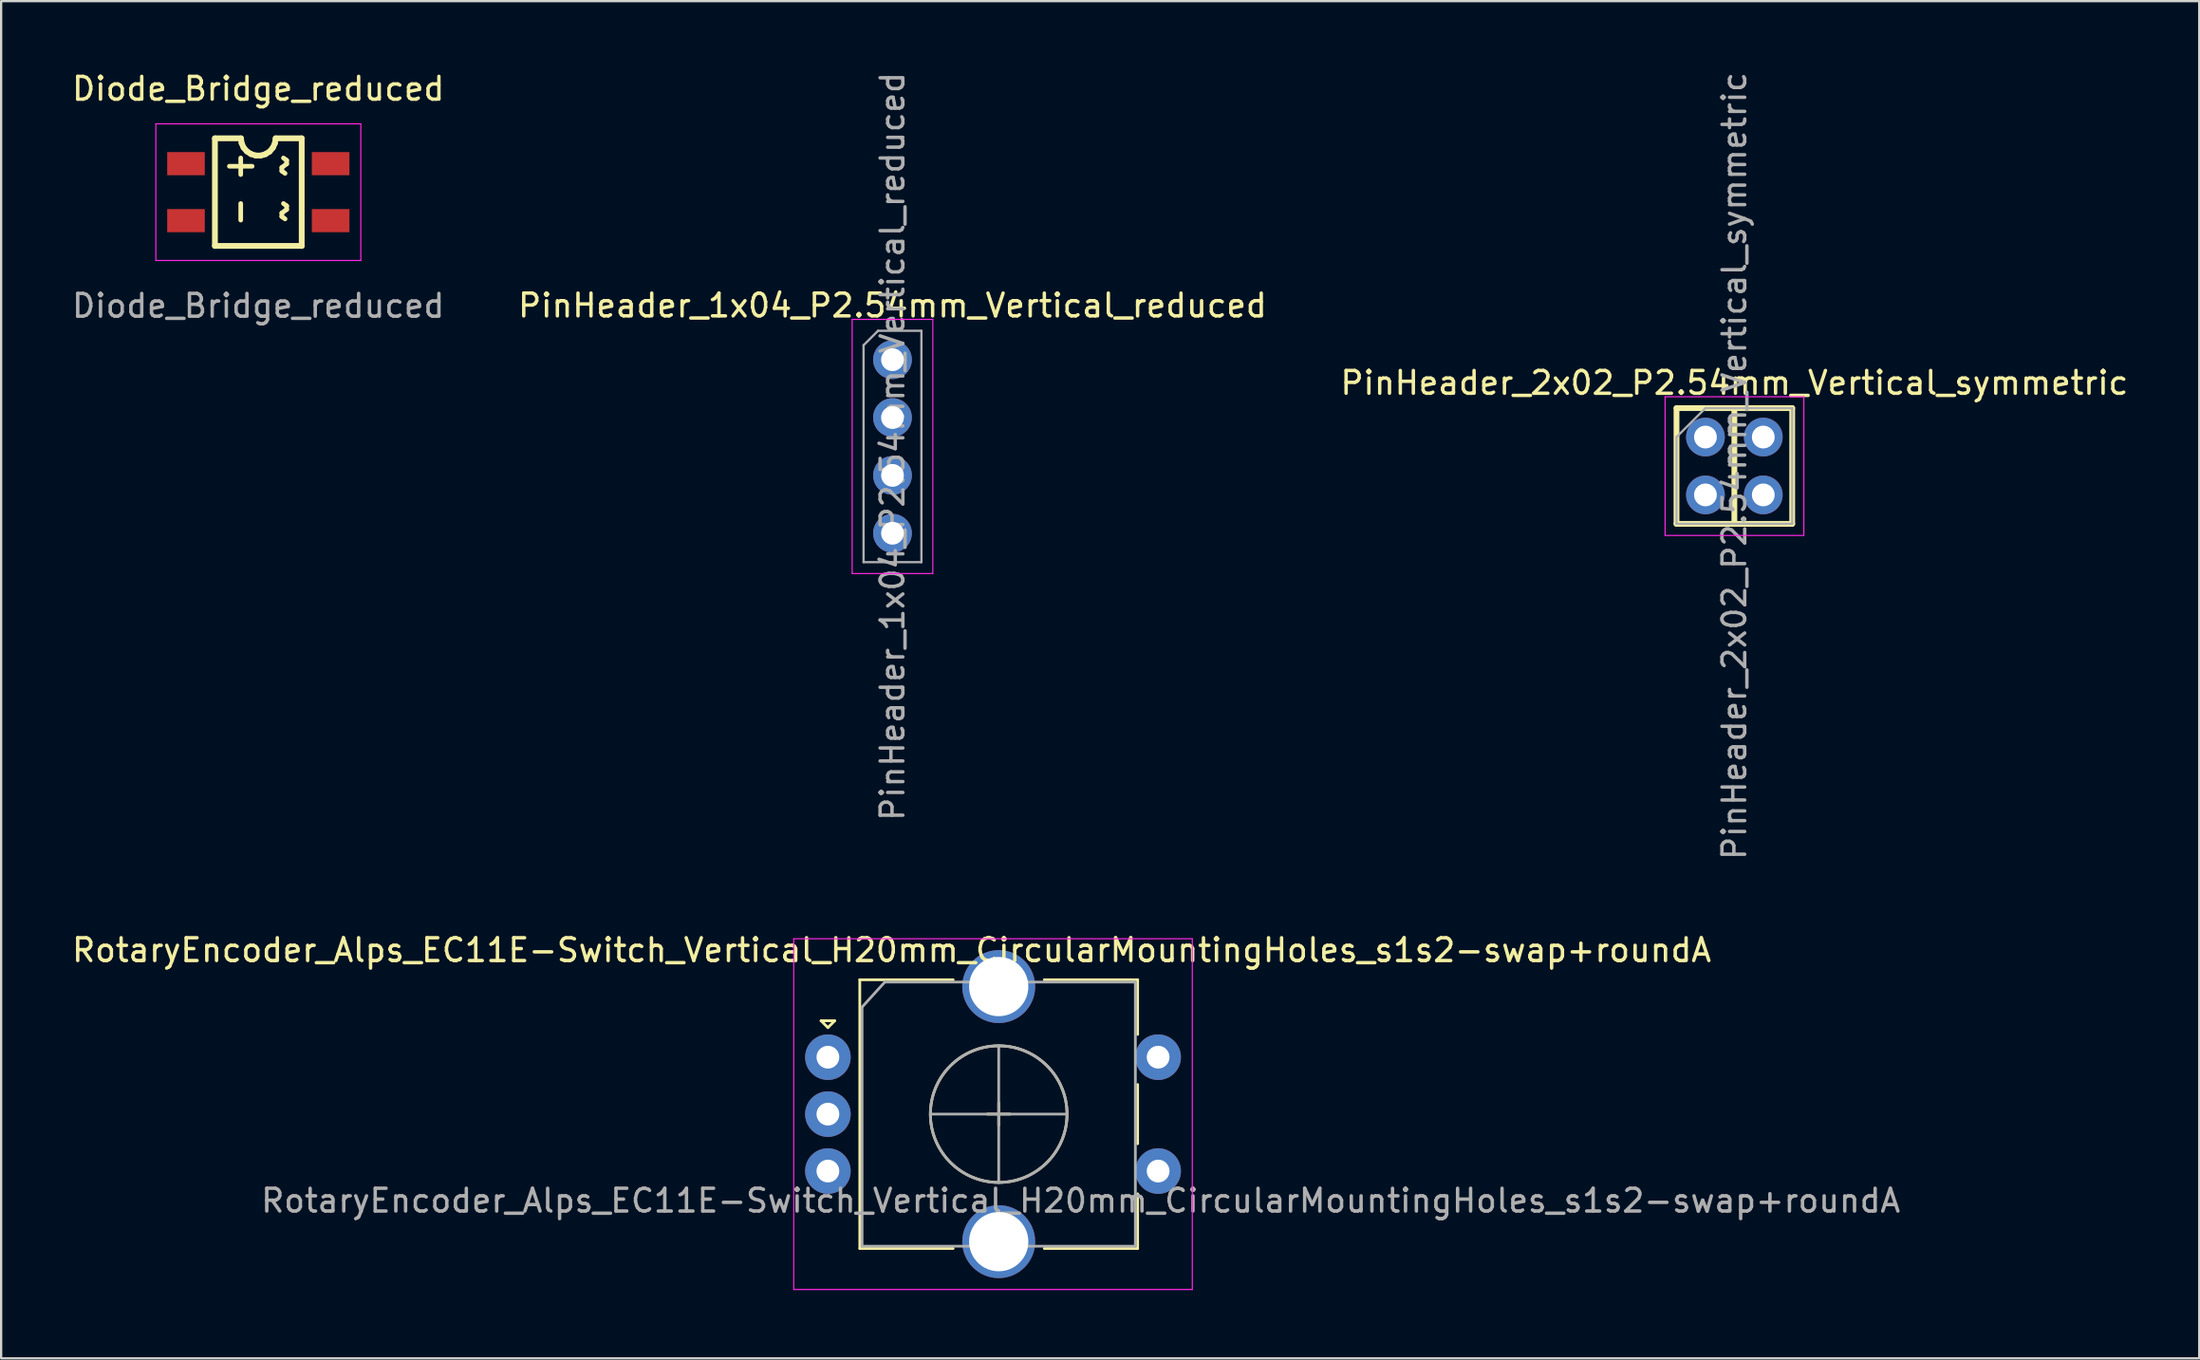
<source format=kicad_pcb>
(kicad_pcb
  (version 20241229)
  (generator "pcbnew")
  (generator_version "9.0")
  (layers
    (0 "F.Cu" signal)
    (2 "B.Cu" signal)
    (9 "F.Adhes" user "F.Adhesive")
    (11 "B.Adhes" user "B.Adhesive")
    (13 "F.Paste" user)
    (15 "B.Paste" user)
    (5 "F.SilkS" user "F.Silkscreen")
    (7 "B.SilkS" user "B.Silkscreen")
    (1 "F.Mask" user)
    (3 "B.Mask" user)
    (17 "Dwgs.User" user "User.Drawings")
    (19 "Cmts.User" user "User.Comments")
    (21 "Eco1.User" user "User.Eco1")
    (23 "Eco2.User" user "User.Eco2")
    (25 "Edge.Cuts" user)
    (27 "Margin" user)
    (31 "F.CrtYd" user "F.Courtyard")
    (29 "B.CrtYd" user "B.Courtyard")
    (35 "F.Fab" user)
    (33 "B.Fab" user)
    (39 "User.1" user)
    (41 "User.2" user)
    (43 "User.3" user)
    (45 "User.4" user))
  (footprint "RotaryEncoder_Alps_EC11E-Switch_Vertical_H20mm_CircularMountingHoles_s1s2-swap+roundA"
    (layer "F.Cu")
    (at 33.301 43.37)
    (property "Reference" "RotaryEncoder_Alps_EC11E-Switch_Vertical_H20mm_CircularMountingHoles_s1s2-swap+roundA" (at 2.8 -4.7 180) (layer "F.SilkS") (effects (font (size 1 1) (thickness 0.15))))
    (attr through_hole)
    (fp_line (start -0.3 -1.6) (end 0.3 -1.6) (stroke (width 0.12) (type solid)) (layer "F.SilkS"))
    (fp_line (start 0 -1.3) (end -0.3 -1.6) (stroke (width 0.12) (type solid)) (layer "F.SilkS"))
    (fp_line (start 0.3 -1.6) (end 0 -1.3) (stroke (width 0.12) (type solid)) (layer "F.SilkS"))
    (fp_line (start 1.4 -3.4) (end 1.4 8.4) (stroke (width 0.12) (type solid)) (layer "F.SilkS"))
    (fp_line (start 5.5 -3.4) (end 1.4 -3.4) (stroke (width 0.12) (type solid)) (layer "F.SilkS"))
    (fp_line (start 5.5 8.4) (end 1.4 8.4) (stroke (width 0.12) (type solid)) (layer "F.SilkS"))
    (fp_line (start 7 2.5) (end 8 2.5) (stroke (width 0.12) (type solid)) (layer "F.SilkS"))
    (fp_line (start 7.5 2) (end 7.5 3) (stroke (width 0.12) (type solid)) (layer "F.SilkS"))
    (fp_line (start 9.5 -3.4) (end 13.6 -3.4) (stroke (width 0.12) (type solid)) (layer "F.SilkS"))
    (fp_line (start 13.6 -3.4) (end 13.6 -1) (stroke (width 0.12) (type solid)) (layer "F.SilkS"))
    (fp_line (start 13.6 1.2) (end 13.6 3.8) (stroke (width 0.12) (type solid)) (layer "F.SilkS"))
    (fp_line (start 13.6 6) (end 13.6 8.4) (stroke (width 0.12) (type solid)) (layer "F.SilkS"))
    (fp_line (start 13.6 8.4) (end 9.5 8.4) (stroke (width 0.12) (type solid)) (layer "F.SilkS"))
    (fp_circle (center 7.5 2.5) (end 10.5 2.5) (stroke (width 0.12) (type solid)) (fill no) (layer "F.SilkS"))
    (fp_line (start -1.5 -5.2) (end -1.5 10.2) (stroke (width 0.05) (type solid)) (layer "F.CrtYd"))
    (fp_line (start -1.5 -5.2) (end 16 -5.2) (stroke (width 0.05) (type solid)) (layer "F.CrtYd"))
    (fp_line (start 16 10.2) (end -1.5 10.2) (stroke (width 0.05) (type solid)) (layer "F.CrtYd"))
    (fp_line (start 16 10.2) (end 16 -5.2) (stroke (width 0.05) (type solid)) (layer "F.CrtYd"))
    (fp_line (start 1.5 -2.2) (end 2.5 -3.3) (stroke (width 0.12) (type solid)) (layer "F.Fab"))
    (fp_line (start 1.5 8.3) (end 1.5 -2.2) (stroke (width 0.12) (type solid)) (layer "F.Fab"))
    (fp_line (start 2.5 -3.3) (end 13.5 -3.3) (stroke (width 0.12) (type solid)) (layer "F.Fab"))
    (fp_line (start 4.5 2.5) (end 10.5 2.5) (stroke (width 0.12) (type solid)) (layer "F.Fab"))
    (fp_line (start 7.5 -0.5) (end 7.5 5.5) (stroke (width 0.12) (type solid)) (layer "F.Fab"))
    (fp_line (start 13.5 -3.3) (end 13.5 8.3) (stroke (width 0.12) (type solid)) (layer "F.Fab"))
    (fp_line (start 13.5 8.3) (end 1.5 8.3) (stroke (width 0.12) (type solid)) (layer "F.Fab"))
    (fp_circle (center 7.5 2.5) (end 10.5 2.5) (stroke (width 0.12) (type solid)) (fill no) (layer "F.Fab"))
    (fp_text user "${REFERENCE}" (at 11.1 6.3 180) (layer "F.Fab") (effects (font (size 1 1) (thickness 0.15))))
    (pad "A" thru_hole circle (at 0 0) (size 2 2) (drill 1) (layers "*.Cu" "*.Mask"))
    (pad "B" thru_hole circle (at 0 5) (size 2 2) (drill 1) (layers "*.Cu" "*.Mask"))
    (pad "C" thru_hole circle (at 0 2.5) (size 2 2) (drill 1) (layers "*.Cu" "*.Mask"))
    (pad "MP" thru_hole circle (at 7.5 -3.1) (size 3.2 3.2) (drill 2.6) (layers "*.Cu" "*.Mask"))
    (pad "MP" thru_hole circle (at 7.5 8.1) (size 3.2 3.2) (drill 2.6) (layers "*.Cu" "*.Mask"))
    (pad "S1" thru_hole circle (at 14.5 0) (size 2 2) (drill 1) (layers "*.Cu" "*.Mask"))
    (pad "S2" thru_hole circle (at 14.5 5) (size 2 2) (drill 1) (layers "*.Cu" "*.Mask")))
  (footprint "PinHeader_1x04_P2.54mm_Vertical_reduced"
    (layer "F.Cu")
    (at 36.137 12.744)
    (property "Reference" "PinHeader_1x04_P2.54mm_Vertical_reduced" (at 0 -2.38 0) (layer "F.SilkS") (effects (font (size 1 1) (thickness 0.15))))
    (attr through_hole)
    (fp_line (start -1.77 -1.77) (end -1.77 9.39) (stroke (width 0.05) (type solid)) (layer "F.CrtYd"))
    (fp_line (start -1.77 9.39) (end 1.77 9.39) (stroke (width 0.05) (type solid)) (layer "F.CrtYd"))
    (fp_line (start 1.77 -1.77) (end -1.77 -1.77) (stroke (width 0.05) (type solid)) (layer "F.CrtYd"))
    (fp_line (start 1.77 9.39) (end 1.77 -1.77) (stroke (width 0.05) (type solid)) (layer "F.CrtYd"))
    (fp_line (start -1.27 -0.635) (end -0.635 -1.27) (stroke (width 0.1) (type solid)) (layer "F.Fab"))
    (fp_line (start -1.27 8.89) (end -1.27 -0.635) (stroke (width 0.1) (type solid)) (layer "F.Fab"))
    (fp_line (start -0.635 -1.27) (end 1.27 -1.27) (stroke (width 0.1) (type solid)) (layer "F.Fab"))
    (fp_line (start 1.27 -1.27) (end 1.27 8.89) (stroke (width 0.1) (type solid)) (layer "F.Fab"))
    (fp_line (start 1.27 8.89) (end -1.27 8.89) (stroke (width 0.1) (type solid)) (layer "F.Fab"))
    (fp_text user "${REFERENCE}" (at 0 3.81 270) (layer "F.Fab") (effects (font (size 1 1) (thickness 0.15))))
    (pad "1" thru_hole circle (at 0 0) (size 1.7 1.7) (drill 1) (layers "*.Cu" "*.Mask"))
    (pad "2" thru_hole circle (at 0 2.54) (size 1.7 1.7) (drill 1) (layers "*.Cu" "*.Mask"))
    (pad "3" thru_hole circle (at 0 5.08) (size 1.7 1.7) (drill 1) (layers "*.Cu" "*.Mask"))
    (pad "4" thru_hole circle (at 0 7.62) (size 1.7 1.7) (drill 1) (layers "*.Cu" "*.Mask")))
  (footprint "Diode_Bridge_reduced"
    (layer "F.Cu")
    (at 8.292 5.388)
    (property "Reference" "Diode_Bridge_reduced" (at 0 -4.54 0) (layer "F.SilkS") (effects (font (size 1 1) (thickness 0.15))))
    (attr smd)
    (fp_line (start -1.905 -2.365) (end -0.761 -2.365) (stroke (width 0.254) (type solid)) (layer "F.SilkS"))
    (fp_line (start -1.905 2.36) (end -1.905 -2.365) (stroke (width 0.254) (type solid)) (layer "F.SilkS"))
    (fp_line (start -0.772 -1.501) (end -0.772 -0.774) (stroke (width 0.203) (type solid)) (layer "F.SilkS"))
    (fp_line (start -0.772 0.498) (end -0.772 1.227) (stroke (width 0.203) (type solid)) (layer "F.SilkS"))
    (fp_line (start -0.734 -2.156) (end -0.761 -2.365) (stroke (width 0.254) (type solid)) (layer "F.SilkS"))
    (fp_line (start -0.647 -1.958) (end -0.734 -2.156) (stroke (width 0.254) (type solid)) (layer "F.SilkS"))
    (fp_line (start -0.505 -1.793) (end -0.647 -1.958) (stroke (width 0.254) (type solid)) (layer "F.SilkS"))
    (fp_line (start -0.322 -1.674) (end -0.505 -1.793) (stroke (width 0.254) (type solid)) (layer "F.SilkS"))
    (fp_line (start -0.271 -1.138) (end -1.27 -1.138) (stroke (width 0.203) (type solid)) (layer "F.SilkS"))
    (fp_line (start -0.114 -1.61) (end -0.322 -1.674) (stroke (width 0.254) (type solid)) (layer "F.SilkS"))
    (fp_line (start 0.102 -1.608) (end -0.114 -1.61) (stroke (width 0.254) (type solid)) (layer "F.SilkS"))
    (fp_line (start 0.313 -1.669) (end 0.102 -1.608) (stroke (width 0.254) (type solid)) (layer "F.SilkS"))
    (fp_line (start 0.496 -1.785) (end 0.313 -1.669) (stroke (width 0.254) (type solid)) (layer "F.SilkS"))
    (fp_line (start 0.638 -1.95) (end 0.496 -1.785) (stroke (width 0.254) (type solid)) (layer "F.SilkS"))
    (fp_line (start 0.729 -2.149) (end 0.638 -1.95) (stroke (width 0.254) (type solid)) (layer "F.SilkS"))
    (fp_line (start 0.762 -2.365) (end 0.729 -2.149) (stroke (width 0.254) (type solid)) (layer "F.SilkS"))
    (fp_line (start 0.762 -2.365) (end 1.905 -2.365) (stroke (width 0.254) (type solid)) (layer "F.SilkS"))
    (fp_line (start 1.032 -1.084) (end 1.032 -0.929) (stroke (width 0.203) (type solid)) (layer "F.SilkS"))
    (fp_line (start 1.032 -0.929) (end 1.174 -0.825) (stroke (width 0.203) (type solid)) (layer "F.SilkS"))
    (fp_line (start 1.032 0.915) (end 1.032 1.07) (stroke (width 0.203) (type solid)) (layer "F.SilkS"))
    (fp_line (start 1.032 1.07) (end 1.174 1.174) (stroke (width 0.203) (type solid)) (layer "F.SilkS"))
    (fp_line (start 1.103 -1.501) (end 1.245 -1.397) (stroke (width 0.203) (type solid)) (layer "F.SilkS"))
    (fp_line (start 1.103 0.498) (end 1.245 0.602) (stroke (width 0.203) (type solid)) (layer "F.SilkS"))
    (fp_line (start 1.245 -1.397) (end 1.245 -1.242) (stroke (width 0.203) (type solid)) (layer "F.SilkS"))
    (fp_line (start 1.245 -1.242) (end 1.032 -1.084) (stroke (width 0.203) (type solid)) (layer "F.SilkS"))
    (fp_line (start 1.245 0.602) (end 1.245 0.76) (stroke (width 0.203) (type solid)) (layer "F.SilkS"))
    (fp_line (start 1.245 0.76) (end 1.032 0.915) (stroke (width 0.203) (type solid)) (layer "F.SilkS"))
    (fp_line (start 1.905 -2.365) (end 1.905 2.36) (stroke (width 0.254) (type solid)) (layer "F.SilkS"))
    (fp_line (start 1.905 2.36) (end -1.905 2.36) (stroke (width 0.254) (type solid)) (layer "F.SilkS"))
    (fp_line (start -4.5 -3) (end 4.5 -3) (stroke (width 0.05) (type solid)) (layer "F.CrtYd"))
    (fp_line (start -4.5 3) (end -4.5 -3) (stroke (width 0.05) (type solid)) (layer "F.CrtYd"))
    (fp_line (start 4.5 -3) (end 4.5 3) (stroke (width 0.05) (type solid)) (layer "F.CrtYd"))
    (fp_line (start 4.5 3) (end -4.5 3) (stroke (width 0.05) (type solid)) (layer "F.CrtYd"))
    (fp_text user "${REFERENCE}" (at 0 4.99 0) (layer "F.Fab") (effects (font (size 1 1) (thickness 0.15))))
    (pad "1" smd rect (at -3.175 -1.252) (size 1.651 1.016) (layers "F.Cu" "F.Mask" "F.Paste"))
    (pad "2" smd rect (at -3.175 1.25) (size 1.651 1.016) (layers "F.Cu" "F.Mask" "F.Paste"))
    (pad "3" smd rect (at 3.175 -1.252) (size 1.651 1.016) (layers "F.Cu" "F.Mask" "F.Paste"))
    (pad "4" smd rect (at 3.175 1.25) (size 1.651 1.016) (layers "F.Cu" "F.Mask" "F.Paste")))
  (footprint "PinHeader_2x02_P2.54mm_Vertical_symmetric"
    (layer "F.Cu")
    (at 71.831 16.141)
    (property "Reference" "PinHeader_2x02_P2.54mm_Vertical_symmetric" (at 1.27 -2.38 0) (layer "F.SilkS") (effects (font (size 1 1) (thickness 0.15))))
    (attr through_hole)
    (fp_line (start -1.27 -1.27) (end 1.27 -1.27) (stroke (width 0.254) (type solid)) (layer "F.SilkS"))
    (fp_line (start -1.27 3.81) (end -1.27 -1.27) (stroke (width 0.254) (type solid)) (layer "F.SilkS"))
    (fp_line (start 1.27 -1.27) (end 3.81 -1.27) (stroke (width 0.254) (type solid)) (layer "F.SilkS"))
    (fp_line (start 1.27 3.81) (end -1.27 3.81) (stroke (width 0.254) (type solid)) (layer "F.SilkS"))
    (fp_line (start 1.27 3.81) (end 1.27 -1.27) (stroke (width 0.254) (type solid)) (layer "F.SilkS"))
    (fp_line (start 3.81 -1.27) (end 3.81 3.81) (stroke (width 0.254) (type solid)) (layer "F.SilkS"))
    (fp_line (start 3.81 3.81) (end 1.27 3.81) (stroke (width 0.254) (type solid)) (layer "F.SilkS"))
    (fp_line (start -1.77 -1.77) (end -1.77 4.32) (stroke (width 0.05) (type solid)) (layer "F.CrtYd"))
    (fp_line (start -1.77 4.32) (end 4.32 4.32) (stroke (width 0.05) (type solid)) (layer "F.CrtYd"))
    (fp_line (start 4.32 -1.77) (end -1.77 -1.77) (stroke (width 0.05) (type solid)) (layer "F.CrtYd"))
    (fp_line (start 4.32 4.32) (end 4.32 -1.77) (stroke (width 0.05) (type solid)) (layer "F.CrtYd"))
    (fp_line (start -1.27 0) (end 0 -1.27) (stroke (width 0.1) (type solid)) (layer "F.Fab"))
    (fp_line (start -1.27 3.81) (end -1.27 0) (stroke (width 0.1) (type solid)) (layer "F.Fab"))
    (fp_line (start 0 -1.27) (end 3.81 -1.27) (stroke (width 0.1) (type solid)) (layer "F.Fab"))
    (fp_line (start 3.81 -1.27) (end 3.81 3.81) (stroke (width 0.1) (type solid)) (layer "F.Fab"))
    (fp_line (start 3.81 3.81) (end -1.27 3.81) (stroke (width 0.1) (type solid)) (layer "F.Fab"))
    (fp_text user "${REFERENCE}" (at 1.27 1.27 270) (layer "F.Fab") (effects (font (size 1 1) (thickness 0.15))))
    (pad "1" thru_hole circle (at 0 0) (size 1.7 1.7) (drill 1) (layers "*.Cu" "*.Mask"))
    (pad "2" thru_hole circle (at 2.54 0) (size 1.7 1.7) (drill 1) (layers "*.Cu" "*.Mask"))
    (pad "3" thru_hole circle (at 0 2.54) (size 1.7 1.7) (drill 1) (layers "*.Cu" "*.Mask"))
    (pad "4" thru_hole circle (at 2.54 2.54) (size 1.7 1.7) (drill 1) (layers "*.Cu" "*.Mask")))
  (gr_rect
    (start -3 -3)
    (end 93.512 56.595)
    (stroke (width 0.1) (type default))
    (fill no)
    (layer "Edge.Cuts")))
</source>
